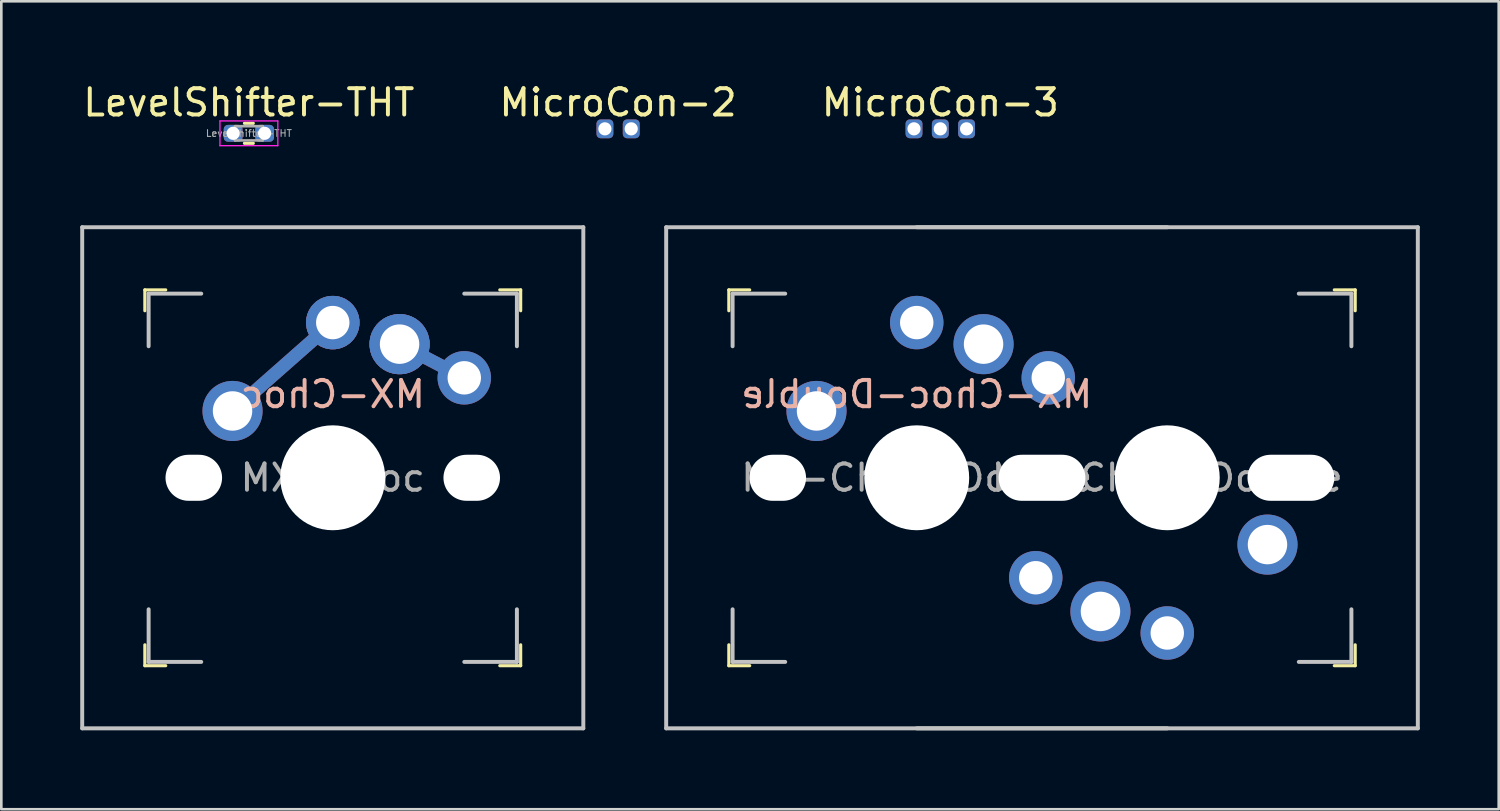
<source format=kicad_pcb>
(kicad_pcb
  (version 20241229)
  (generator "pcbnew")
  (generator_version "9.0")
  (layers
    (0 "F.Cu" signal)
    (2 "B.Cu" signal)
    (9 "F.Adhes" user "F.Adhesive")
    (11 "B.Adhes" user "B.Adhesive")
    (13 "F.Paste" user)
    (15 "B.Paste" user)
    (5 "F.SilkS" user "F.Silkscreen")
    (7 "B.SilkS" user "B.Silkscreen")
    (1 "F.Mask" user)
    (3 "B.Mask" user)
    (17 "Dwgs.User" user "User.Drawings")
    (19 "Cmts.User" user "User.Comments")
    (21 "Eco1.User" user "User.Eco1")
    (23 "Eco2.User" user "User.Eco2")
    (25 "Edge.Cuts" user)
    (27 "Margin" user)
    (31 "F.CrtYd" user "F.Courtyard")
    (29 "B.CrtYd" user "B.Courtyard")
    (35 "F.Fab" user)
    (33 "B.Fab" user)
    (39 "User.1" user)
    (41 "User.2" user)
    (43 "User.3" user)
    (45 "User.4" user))
  (footprint "MX-Choc"
    (layer "F.Cu")
    (at 9.6 15.113)
    (property "Reference" "MX-Choc" (at 0 -3.175 0) (layer "B.SilkS") (effects (font (size 1 1) (thickness 0.15)) (justify mirror)))
    (attr through_hole)
    (fp_line (start -7.143 -7.143) (end -6.35 -7.143) (stroke (width 0.12) (type solid)) (layer "F.SilkS"))
    (fp_line (start -7.143 -6.35) (end -7.143 -7.143) (stroke (width 0.12) (type solid)) (layer "F.SilkS"))
    (fp_line (start -7.143 6.35) (end -7.143 7.143) (stroke (width 0.12) (type solid)) (layer "F.SilkS"))
    (fp_line (start -7.143 7.143) (end -6.35 7.143) (stroke (width 0.12) (type solid)) (layer "F.SilkS"))
    (fp_line (start 6.35 -7.143) (end 7.143 -7.143) (stroke (width 0.12) (type solid)) (layer "F.SilkS"))
    (fp_line (start 7.143 -7.143) (end 7.143 -6.35) (stroke (width 0.12) (type solid)) (layer "F.SilkS"))
    (fp_line (start 7.143 6.35) (end 7.143 7.143) (stroke (width 0.12) (type solid)) (layer "F.SilkS"))
    (fp_line (start 7.143 7.143) (end 6.35 7.143) (stroke (width 0.12) (type solid)) (layer "F.SilkS"))
    (fp_line (start -9.525 -9.525) (end 9.525 -9.525) (stroke (width 0.15) (type solid)) (layer "Dwgs.User"))
    (fp_line (start -9.525 9.525) (end -9.525 -9.525) (stroke (width 0.15) (type solid)) (layer "Dwgs.User"))
    (fp_line (start -7 -7) (end -7 -5) (stroke (width 0.15) (type solid)) (layer "Dwgs.User"))
    (fp_line (start -7 5) (end -7 7) (stroke (width 0.15) (type solid)) (layer "Dwgs.User"))
    (fp_line (start -7 7) (end -5 7) (stroke (width 0.15) (type solid)) (layer "Dwgs.User"))
    (fp_line (start -5 -7) (end -7 -7) (stroke (width 0.15) (type solid)) (layer "Dwgs.User"))
    (fp_line (start 5 -7) (end 7 -7) (stroke (width 0.15) (type solid)) (layer "Dwgs.User"))
    (fp_line (start 5 7) (end 7 7) (stroke (width 0.15) (type solid)) (layer "Dwgs.User"))
    (fp_line (start 7 -7) (end 7 -5) (stroke (width 0.15) (type solid)) (layer "Dwgs.User"))
    (fp_line (start 7 7) (end 7 5) (stroke (width 0.15) (type solid)) (layer "Dwgs.User"))
    (fp_line (start 9.525 -9.525) (end 9.525 9.525) (stroke (width 0.15) (type solid)) (layer "Dwgs.User"))
    (fp_line (start 9.525 9.525) (end -9.525 9.525) (stroke (width 0.15) (type solid)) (layer "Dwgs.User"))
    (fp_text user "${REFERENCE}" (at 0 0 0) (layer "F.Fab") (effects (font (size 1 1) (thickness 0.15))))
    (pad "" np_thru_hole oval (at -5.283 0) (size 2.15 1.75) (drill oval 2.15 1.75) (layers "*.Cu" "*.Mask"))
    (pad "" np_thru_hole circle (at 0 0) (size 3.988 3.988) (drill 3.988) (layers "*.Cu" "*.Mask"))
    (pad "" np_thru_hole oval (at 5.283 0) (size 2.15 1.75) (drill oval 2.15 1.75) (layers "*.Cu" "*.Mask"))
    (pad "1" smd circle (at 2.54 -5.08) (size 2.286 2.286) (layers "F.Cu" "F.Mask"))
    (pad "1" smd circle (at 2.54 -5.08) (size 2.286 2.286) (layers "B.Cu" "B.Mask"))
    (pad "1" thru_hole custom (at 2.54 -5.08) (size 2.286 2.286) (drill 1.499) (layers "*.Cu") (options (anchor circle)) (primitives (gr_line (start 0 0) (end 2.46 1.28) (width 0.5))))
    (pad "1" thru_hole circle (at 5 -3.8 180) (size 2.032 2.032) (drill 1.27) (layers "*.Cu" "*.Mask"))
    (pad "2" thru_hole circle (at -3.81 -2.54) (size 2.286 2.286) (drill 1.499) (layers "*.Cu" "*.Mask"))
    (pad "2" smd circle (at 0 -5.9 180) (size 2.032 2.032) (layers "F.Cu" "F.Mask"))
    (pad "2" smd circle (at 0 -5.9 180) (size 2.032 2.032) (layers "B.Cu" "B.Mask"))
    (pad "2" thru_hole custom (at 0 -5.9 180) (size 2.032 2.032) (drill 1.27) (layers "*.Cu") (options (anchor circle)) (primitives (gr_line (start 0 0) (end 3.81 -3.36) (width 0.5)))))
  (footprint "LevelShifter-THT"
    (layer "F.Cu")
    (at 6.411 2.018)
    (property "Reference" "LevelShifter-THT" (at 0 -1.17 0) (layer "F.SilkS") (effects (font (size 1 1) (thickness 0.15))))
    (attr smd)
    (fp_line (start -0.168 -0.38) (end 0.168 -0.38) (stroke (width 0.12) (type solid)) (layer "F.SilkS"))
    (fp_line (start -0.168 0.38) (end 0.168 0.38) (stroke (width 0.12) (type solid)) (layer "F.SilkS"))
    (fp_line (start -1.1 -0.47) (end 1.1 -0.47) (stroke (width 0.05) (type solid)) (layer "F.CrtYd"))
    (fp_line (start -1.1 0.47) (end -1.1 -0.47) (stroke (width 0.05) (type solid)) (layer "F.CrtYd"))
    (fp_line (start 1.1 -0.47) (end 1.1 0.47) (stroke (width 0.05) (type solid)) (layer "F.CrtYd"))
    (fp_line (start 1.1 0.47) (end -1.1 0.47) (stroke (width 0.05) (type solid)) (layer "F.CrtYd"))
    (fp_line (start -0.525 -0.27) (end 0.525 -0.27) (stroke (width 0.1) (type solid)) (layer "F.Fab"))
    (fp_line (start -0.525 0.27) (end -0.525 -0.27) (stroke (width 0.1) (type solid)) (layer "F.Fab"))
    (fp_line (start 0.525 -0.27) (end 0.525 0.27) (stroke (width 0.1) (type solid)) (layer "F.Fab"))
    (fp_line (start 0.525 0.27) (end -0.525 0.27) (stroke (width 0.1) (type solid)) (layer "F.Fab"))
    (fp_text user "${REFERENCE}" (at 0 0 0) (layer "F.Fab") (effects (font (size 0.26 0.26) (thickness 0.04))))
    (pad "1" thru_hole roundrect (at -0.598 0) (size 0.715 0.64) (drill 0.5) (layers "*.Cu" "*.Mask") (roundrect_rratio 0.25))
    (pad "2" thru_hole roundrect (at 0.598 0) (size 0.715 0.64) (drill 0.5) (layers "*.Cu" "*.Mask") (roundrect_rratio 0.25)))
  (footprint "MX-Choc-Double"
    (layer "F.Cu")
    (at 31.8 15.113)
    (property "Reference" "MX-Choc-Double" (at 0 -3.175 0) (layer "B.SilkS") (effects (font (size 1 1) (thickness 0.15)) (justify mirror)))
    (attr through_hole)
    (fp_line (start -7.143 -7.143) (end -6.35 -7.143) (stroke (width 0.12) (type solid)) (layer "F.SilkS"))
    (fp_line (start -7.143 -6.35) (end -7.143 -7.143) (stroke (width 0.12) (type solid)) (layer "F.SilkS"))
    (fp_line (start -7.143 6.35) (end -7.143 7.143) (stroke (width 0.12) (type solid)) (layer "F.SilkS"))
    (fp_line (start -7.143 7.143) (end -6.35 7.143) (stroke (width 0.12) (type solid)) (layer "F.SilkS"))
    (fp_line (start 16.668 -7.143) (end 15.874 -7.143) (stroke (width 0.12) (type solid)) (layer "F.SilkS"))
    (fp_line (start 16.668 -6.35) (end 16.668 -7.143) (stroke (width 0.12) (type solid)) (layer "F.SilkS"))
    (fp_line (start 16.668 6.35) (end 16.668 7.143) (stroke (width 0.12) (type solid)) (layer "F.SilkS"))
    (fp_line (start 16.668 7.143) (end 15.874 7.143) (stroke (width 0.12) (type solid)) (layer "F.SilkS"))
    (fp_line (start -9.525 -9.525) (end 9.525 -9.525) (stroke (width 0.15) (type solid)) (layer "Dwgs.User"))
    (fp_line (start -9.525 9.525) (end -9.525 -9.525) (stroke (width 0.15) (type solid)) (layer "Dwgs.User"))
    (fp_line (start -7 -7) (end -7 -5) (stroke (width 0.15) (type solid)) (layer "Dwgs.User"))
    (fp_line (start -7 5) (end -7 7) (stroke (width 0.15) (type solid)) (layer "Dwgs.User"))
    (fp_line (start -7 7) (end -5 7) (stroke (width 0.15) (type solid)) (layer "Dwgs.User"))
    (fp_line (start -5 -7) (end -7 -7) (stroke (width 0.15) (type solid)) (layer "Dwgs.User"))
    (fp_line (start -0.001 -9.525) (end 19.049 -9.525) (stroke (width 0.15) (type solid)) (layer "Dwgs.User"))
    (fp_line (start 9.525 9.525) (end -9.525 9.525) (stroke (width 0.15) (type solid)) (layer "Dwgs.User"))
    (fp_line (start 14.524 7) (end 16.524 7) (stroke (width 0.15) (type solid)) (layer "Dwgs.User"))
    (fp_line (start 16.524 -7) (end 14.524 -7) (stroke (width 0.15) (type solid)) (layer "Dwgs.User"))
    (fp_line (start 16.524 -5) (end 16.524 -7) (stroke (width 0.15) (type solid)) (layer "Dwgs.User"))
    (fp_line (start 16.524 7) (end 16.524 5) (stroke (width 0.15) (type solid)) (layer "Dwgs.User"))
    (fp_line (start 19.049 -9.525) (end 19.049 9.525) (stroke (width 0.15) (type solid)) (layer "Dwgs.User"))
    (fp_line (start 19.049 9.525) (end -0.001 9.525) (stroke (width 0.15) (type solid)) (layer "Dwgs.User"))
    (fp_text user "${REFERENCE}" (at 9.524 0 180) (layer "F.Fab") (effects (font (size 1 1) (thickness 0.15))))
    (fp_text user "${REFERENCE}" (at 0 0 0) (layer "F.Fab") (effects (font (size 1 1) (thickness 0.15))))
    (pad "" np_thru_hole oval (at -5.283 0) (size 2.15 1.75) (drill oval 2.15 1.75) (layers "*.Cu" "*.Mask"))
    (pad "" np_thru_hole circle (at 0 0) (size 3.988 3.988) (drill 3.988) (layers "*.Cu" "*.Mask"))
    (pad "" np_thru_hole oval (at 4.762 0) (size 3.3 1.75) (drill oval 3.3 1.75) (layers "*.Cu" "*.Mask"))
    (pad "" np_thru_hole circle (at 9.524 0 180) (size 3.988 3.988) (drill 3.988) (layers "*.Cu" "*.Mask"))
    (pad "" np_thru_hole oval (at 14.224 0) (size 3.3 1.75) (drill oval 3.3 1.75) (layers "*.Cu" "*.Mask"))
    (pad "1" thru_hole circle (at 2.54 -5.08) (size 2.286 2.286) (drill 1.499) (layers "*.Cu" "*.Mask"))
    (pad "1" thru_hole circle (at 4.524 3.8) (size 2.032 2.032) (drill 1.27) (layers "*.Cu" "*.Mask"))
    (pad "1" thru_hole circle (at 5 -3.8 180) (size 2.032 2.032) (drill 1.27) (layers "*.Cu" "*.Mask"))
    (pad "1" thru_hole circle (at 6.984 5.08 180) (size 2.286 2.286) (drill 1.499) (layers "*.Cu" "*.Mask"))
    (pad "2" thru_hole circle (at -3.81 -2.54) (size 2.286 2.286) (drill 1.499) (layers "*.Cu" "*.Mask"))
    (pad "2" thru_hole circle (at 0 -5.9 180) (size 2.032 2.032) (drill 1.27) (layers "*.Cu" "*.Mask"))
    (pad "2" thru_hole circle (at 9.524 5.9) (size 2.032 2.032) (drill 1.27) (layers "*.Cu" "*.Mask"))
    (pad "2" thru_hole circle (at 13.334 2.54 180) (size 2.286 2.286) (drill 1.499) (layers "*.Cu" "*.Mask")))
  (footprint "MicroCon-3"
    (layer "F.Cu")
    (at 32.696 1.848)
    (property "Reference" "MicroCon-3" (at 0 -1 0) (unlocked yes) (layer "F.SilkS") (effects (font (size 1 1) (thickness 0.15))))
    (attr through_hole)
    (pad "1" thru_hole roundrect (at -1 0 90) (size 0.715 0.64) (drill 0.5) (layers "*.Cu" "*.Mask") (roundrect_rratio 0.25))
    (pad "2" thru_hole roundrect (at 0 0 90) (size 0.715 0.64) (drill 0.5) (layers "*.Cu" "*.Mask") (roundrect_rratio 0.25))
    (pad "3" thru_hole roundrect (at 0.999 0 90) (size 0.715 0.64) (drill 0.5) (layers "*.Cu" "*.Mask") (roundrect_rratio 0.25)))
  (footprint "MicroCon-2"
    (layer "F.Cu")
    (at 20.446 1.848)
    (property "Reference" "MicroCon-2" (at 0 -1 0) (unlocked yes) (layer "F.SilkS") (effects (font (size 1 1) (thickness 0.15))))
    (attr through_hole)
    (pad "1" thru_hole roundrect (at -0.5 0 90) (size 0.715 0.64) (drill 0.5) (layers "*.Cu" "*.Mask") (roundrect_rratio 0.25))
    (pad "2" thru_hole roundrect (at 0.5 0 90) (size 0.715 0.64) (drill 0.5) (layers "*.Cu" "*.Mask") (roundrect_rratio 0.25)))
  (gr_rect
    (start -3 -3)
    (end 53.924 27.713)
    (stroke (width 0.1) (type default))
    (fill no)
    (layer "Edge.Cuts")))
</source>
